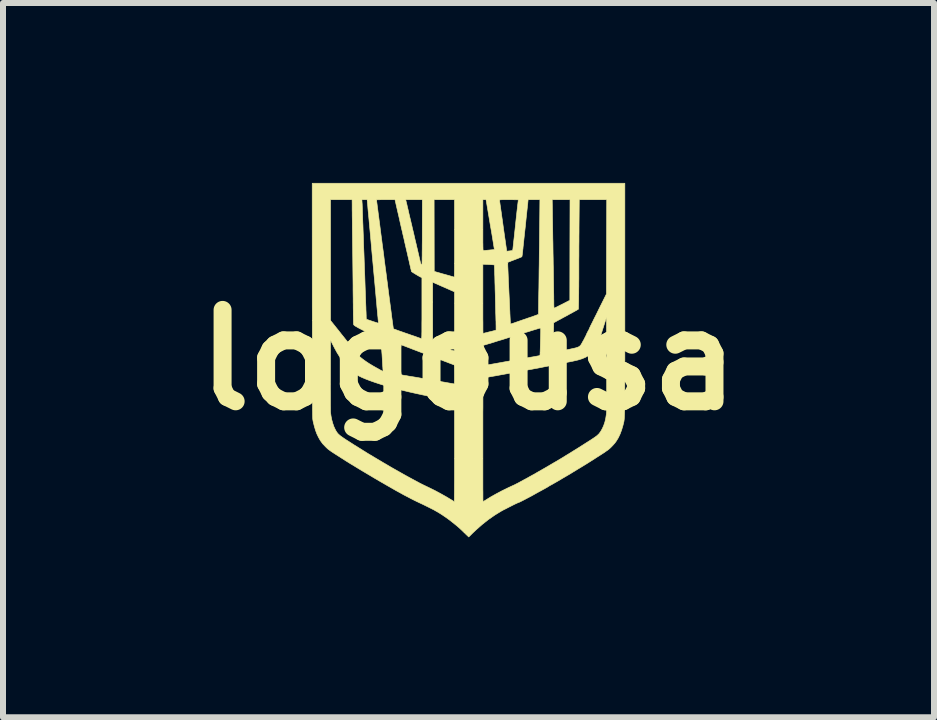
<source format=kicad_pcb>
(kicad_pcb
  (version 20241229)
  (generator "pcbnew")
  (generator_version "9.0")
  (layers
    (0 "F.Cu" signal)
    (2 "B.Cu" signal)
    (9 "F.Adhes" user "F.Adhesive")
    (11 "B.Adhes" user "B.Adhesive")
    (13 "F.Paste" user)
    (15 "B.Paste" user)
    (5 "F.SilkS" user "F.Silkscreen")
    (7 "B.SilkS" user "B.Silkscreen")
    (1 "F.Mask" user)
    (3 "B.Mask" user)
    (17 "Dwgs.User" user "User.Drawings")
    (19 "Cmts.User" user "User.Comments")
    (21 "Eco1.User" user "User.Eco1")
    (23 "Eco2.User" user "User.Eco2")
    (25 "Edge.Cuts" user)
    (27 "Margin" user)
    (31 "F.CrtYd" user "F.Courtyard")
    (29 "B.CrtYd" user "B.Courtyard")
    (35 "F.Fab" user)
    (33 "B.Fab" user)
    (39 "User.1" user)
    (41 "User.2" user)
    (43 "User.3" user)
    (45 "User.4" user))
  (footprint "logousa"
    (layer "F.Cu")
    (at 4.761 2.951)
    (property "Reference" "logousa" (at 0 0 0) (layer "F.SilkS") (effects (font (size 1.524 1.524) (thickness 0.3))))
    (attr through_hole)
    (fp_poly (pts (xy 2.606 -1.016) (xy 2.606 -0.847) (xy 2.606 -0.688) (xy 2.606 -0.539) (xy 2.606 -0.399) (xy 2.606 -0.268) (xy 2.606 -0.145) (xy 2.606 -0.031) (xy 2.606 0.076) (xy 2.606 0.175) (xy 2.606 0.266) (xy 2.606 0.35) (xy 2.605 0.428) (xy 2.605 0.499) (xy 2.605 0.564) (xy 2.605 0.623) (xy 2.604 0.677) (xy 2.604 0.726) (xy 2.603 0.77) (xy 2.603 0.809) (xy 2.602 0.844) (xy 2.601 0.875) (xy 2.6 0.902) (xy 2.599 0.926) (xy 2.598 0.947) (xy 2.597 0.966) (xy 2.596 0.982) (xy 2.595 0.996) (xy 2.593 1.008) (xy 2.592 1.019) (xy 2.59 1.029) (xy 2.588 1.038) (xy 2.586 1.046) (xy 2.584 1.054) (xy 2.582 1.063) (xy 2.58 1.071) (xy 2.577 1.081) (xy 2.576 1.087) (xy 2.553 1.165) (xy 2.527 1.235) (xy 2.497 1.298) (xy 2.464 1.352) (xy 2.441 1.384) (xy 2.413 1.416) (xy 2.383 1.448) (xy 2.353 1.477) (xy 2.325 1.5) (xy 2.315 1.507) (xy 2.298 1.518) (xy 2.285 1.528) (xy 2.277 1.533) (xy 2.276 1.534) (xy 2.271 1.538) (xy 2.259 1.546) (xy 2.24 1.558) (xy 2.217 1.573) (xy 2.189 1.591) (xy 2.159 1.61) (xy 2.127 1.63) (xy 2.097 1.65) (xy 2.069 1.668) (xy 2.046 1.682) (xy 2.028 1.694) (xy 2.019 1.699) (xy 2.007 1.707) (xy 1.988 1.719) (xy 1.964 1.734) (xy 1.936 1.751) (xy 1.907 1.769) (xy 1.9 1.773) (xy 1.871 1.791) (xy 1.844 1.807) (xy 1.82 1.821) (xy 1.802 1.833) (xy 1.79 1.84) (xy 1.788 1.841) (xy 1.771 1.852) (xy 1.747 1.866) (xy 1.718 1.884) (xy 1.684 1.905) (xy 1.646 1.927) (xy 1.607 1.95) (xy 1.567 1.973) (xy 1.528 1.997) (xy 1.49 2.019) (xy 1.455 2.039) (xy 1.425 2.056) (xy 1.401 2.07) (xy 1.383 2.08) (xy 1.377 2.083) (xy 1.36 2.092) (xy 1.347 2.1) (xy 1.339 2.104) (xy 1.339 2.105) (xy 1.329 2.111) (xy 1.312 2.122) (xy 1.29 2.134) (xy 1.266 2.148) (xy 1.241 2.161) (xy 1.229 2.168) (xy 1.207 2.18) (xy 1.179 2.195) (xy 1.15 2.211) (xy 1.13 2.222) (xy 1.091 2.244) (xy 1.052 2.266) (xy 1.012 2.287) (xy 0.974 2.307) (xy 0.938 2.326) (xy 0.905 2.343) (xy 0.877 2.357) (xy 0.855 2.368) (xy 0.839 2.375) (xy 0.83 2.377) (xy 0.83 2.377) (xy 0.824 2.38) (xy 0.811 2.386) (xy 0.791 2.395) (xy 0.766 2.407) (xy 0.738 2.421) (xy 0.707 2.437) (xy 0.675 2.453) (xy 0.644 2.469) (xy 0.615 2.484) (xy 0.588 2.497) (xy 0.566 2.509) (xy 0.55 2.518) (xy 0.549 2.518) (xy 0.44 2.585) (xy 0.332 2.66) (xy 0.226 2.744) (xy 0.123 2.835) (xy 0.069 2.886) (xy 0.048 2.907) (xy 0.03 2.925) (xy 0.016 2.939) (xy 0.006 2.948) (xy 0.003 2.951) (xy -0.001 2.948) (xy -0.01 2.938) (xy -0.025 2.924) (xy -0.044 2.906) (xy -0.065 2.885) (xy -0.069 2.881) (xy -0.078 2.873) (xy 0.056 2.873) (xy 0.058 2.875) (xy 0.061 2.873) (xy 0.058 2.87) (xy 0.056 2.873) (xy -0.078 2.873) (xy -0.118 2.834) (xy -0.165 2.791) (xy -0.214 2.75) (xy -0.265 2.709) (xy -0.32 2.666) (xy -0.382 2.621) (xy -0.399 2.61) (xy -0.438 2.583) (xy -0.479 2.557) (xy -0.524 2.53) (xy -0.556 2.512) (xy 0.538 2.512) (xy 0.541 2.515) (xy 0.544 2.512) (xy 0.541 2.51) (xy 0.538 2.512) (xy -0.556 2.512) (xy -0.573 2.502) (xy -0.628 2.474) (xy -0.69 2.443) (xy -0.759 2.409) (xy -0.817 2.382) (xy -0.865 2.359) (xy -0.914 2.335) (xy -0.965 2.309) (xy -1.018 2.281) (xy -1.076 2.251) (xy -1.137 2.217) (xy -1.205 2.18) (xy -1.278 2.138) (xy -1.357 2.093) (xy -1.445 2.042) (xy -1.473 2.026) (xy -1.515 2.001) (xy -1.562 1.974) (xy -1.612 1.944) (xy -1.664 1.913) (xy -1.718 1.881) (xy -1.772 1.849) (xy -1.825 1.817) (xy -1.876 1.786) (xy -1.923 1.757) (xy -1.967 1.731) (xy -2.005 1.707) (xy -2.036 1.688) (xy -2.06 1.673) (xy -2.061 1.672) (xy -2.079 1.66) (xy -2.103 1.645) (xy -2.13 1.628) (xy -2.156 1.611) (xy -2.161 1.608) (xy -2.205 1.58) (xy -2.241 1.557) (xy -2.27 1.538) (xy -2.294 1.522) (xy -2.313 1.508) (xy -2.33 1.496) (xy -2.344 1.485) (xy -2.357 1.473) (xy -2.37 1.461) (xy -2.383 1.448) (xy -2.401 1.429) (xy -2.417 1.412) (xy -2.429 1.4) (xy -2.436 1.392) (xy -2.436 1.391) (xy -2.472 1.341) (xy -2.502 1.288) (xy -2.529 1.232) (xy -2.552 1.17) (xy -2.572 1.101) (xy -2.591 1.024) (xy -2.594 1.006) (xy -2.595 1.002) (xy -2.596 0.997) (xy -2.596 0.991) (xy -2.597 0.983) (xy -2.598 0.973) (xy -2.598 0.962) (xy -2.599 0.948) (xy -2.599 0.932) (xy -2.6 0.912) (xy -2.6 0.889) (xy -2.6 0.863) (xy -2.601 0.833) (xy -2.601 0.798) (xy -2.601 0.759) (xy -2.602 0.715) (xy -2.602 0.667) (xy -2.602 0.612) (xy -2.603 0.552) (xy -2.603 0.486) (xy -2.603 0.473) (xy -2.303 0.473) (xy -2.302 0.542) (xy -2.302 0.605) (xy -2.302 0.664) (xy -2.302 0.718) (xy -2.302 0.765) (xy -2.301 0.804) (xy -2.301 0.836) (xy -2.301 0.86) (xy -2.3 0.874) (xy -2.3 0.876) (xy -2.292 0.936) (xy -2.28 0.997) (xy -2.264 1.055) (xy -2.245 1.11) (xy -2.222 1.159) (xy -2.206 1.188) (xy -2.192 1.209) (xy -2.177 1.228) (xy -2.158 1.246) (xy -2.136 1.265) (xy -2.108 1.285) (xy -2.074 1.309) (xy -2.06 1.318) (xy -2.039 1.332) (xy -2.012 1.349) (xy -1.981 1.369) (xy -1.945 1.392) (xy -1.908 1.416) (xy -1.868 1.44) (xy -1.829 1.465) (xy -1.79 1.489) (xy -1.754 1.512) (xy -1.721 1.532) (xy -1.693 1.55) (xy -1.67 1.564) (xy -1.653 1.574) (xy -1.648 1.577) (xy -1.633 1.586) (xy -1.618 1.594) (xy -1.583 1.616) (xy -1.544 1.639) (xy -1.502 1.664) (xy -1.458 1.69) (xy -1.415 1.716) (xy -1.373 1.74) (xy -1.334 1.763) (xy -1.299 1.784) (xy -1.271 1.8) (xy -1.25 1.812) (xy -1.239 1.818) (xy -1.222 1.828) (xy -1.2 1.84) (xy -1.174 1.855) (xy -1.156 1.865) (xy -1.112 1.89) (xy -1.066 1.916) (xy -1.019 1.942) (xy -0.973 1.967) (xy -0.927 1.992) (xy -0.884 2.015) (xy -0.845 2.036) (xy -0.81 2.055) (xy -0.782 2.069) (xy -0.76 2.08) (xy -0.754 2.083) (xy -0.652 2.132) (xy -0.559 2.178) (xy -0.473 2.224) (xy -0.393 2.269) (xy -0.356 2.29) (xy -0.33 2.306) (xy -0.307 2.32) (xy -0.287 2.332) (xy -0.273 2.34) (xy -0.267 2.344) (xy -0.255 2.351) (xy -0.247 2.357) (xy -0.247 2.358) (xy -0.239 2.362) (xy -0.238 2.362) (xy -0.237 2.357) (xy -0.237 2.343) (xy -0.236 2.319) (xy -0.236 2.287) (xy -0.236 2.246) (xy -0.235 2.198) (xy -0.235 2.144) (xy -0.235 2.082) (xy -0.234 2.015) (xy -0.234 1.942) (xy -0.234 1.865) (xy -0.234 1.783) (xy -0.234 1.698) (xy -0.234 1.609) (xy -0.234 1.56) (xy 0.239 1.56) (xy 0.239 1.646) (xy 0.239 1.729) (xy 0.239 1.81) (xy 0.239 1.888) (xy 0.239 1.962) (xy 0.239 2.032) (xy 0.239 2.096) (xy 0.239 2.155) (xy 0.24 2.208) (xy 0.24 2.254) (xy 0.24 2.292) (xy 0.24 2.323) (xy 0.241 2.345) (xy 0.241 2.359) (xy 0.241 2.362) (xy 0.246 2.36) (xy 0.258 2.353) (xy 0.274 2.343) (xy 0.281 2.339) (xy 0.366 2.286) (xy 0.46 2.233) (xy 0.56 2.18) (xy 0.666 2.128) (xy 0.737 2.095) (xy 0.764 2.083) (xy 0.795 2.067) (xy 0.825 2.052) (xy 0.836 2.046) (xy 0.863 2.031) (xy 0.892 2.016) (xy 0.918 2.001) (xy 0.93 1.995) (xy 0.954 1.982) (xy 0.98 1.968) (xy 1.003 1.955) (xy 1.008 1.952) (xy 1.029 1.94) (xy 1.055 1.926) (xy 1.08 1.912) (xy 1.09 1.907) (xy 1.113 1.894) (xy 1.136 1.88) (xy 1.155 1.869) (xy 1.162 1.865) (xy 1.177 1.857) (xy 1.187 1.851) (xy 1.191 1.849) (xy 1.195 1.847) (xy 1.207 1.84) (xy 1.225 1.829) (xy 1.248 1.816) (xy 1.274 1.801) (xy 1.276 1.8) (xy 1.307 1.782) (xy 1.341 1.762) (xy 1.373 1.743) (xy 1.402 1.726) (xy 1.417 1.717) (xy 1.466 1.689) (xy 1.518 1.658) (xy 1.573 1.625) (xy 1.629 1.59) (xy 1.687 1.555) (xy 1.744 1.519) (xy 1.801 1.484) (xy 1.857 1.449) (xy 1.91 1.415) (xy 1.96 1.383) (xy 2.006 1.354) (xy 2.048 1.327) (xy 2.084 1.303) (xy 2.113 1.283) (xy 2.135 1.267) (xy 2.146 1.258) (xy 2.177 1.228) (xy 2.205 1.189) (xy 2.231 1.143) (xy 2.254 1.091) (xy 2.273 1.035) (xy 2.287 0.975) (xy 2.296 0.917) (xy 2.297 0.908) (xy 2.298 0.899) (xy 2.299 0.89) (xy 2.3 0.88) (xy 2.3 0.868) (xy 2.301 0.855) (xy 2.301 0.84) (xy 2.302 0.821) (xy 2.302 0.8) (xy 2.303 0.774) (xy 2.303 0.744) (xy 2.303 0.71) (xy 2.303 0.67) (xy 2.303 0.624) (xy 2.303 0.572) (xy 2.303 0.512) (xy 2.303 0.446) (xy 2.303 0.372) (xy 2.303 0.289) (xy 2.302 0.198) (xy 2.302 0.097) (xy 2.302 0.03) (xy 2.3 -0.709) (xy 2.288 -0.673) (xy 2.284 -0.66) (xy 2.277 -0.638) (xy 2.268 -0.61) (xy 2.257 -0.576) (xy 2.245 -0.538) (xy 2.232 -0.498) (xy 2.223 -0.468) (xy 2.205 -0.412) (xy 2.189 -0.364) (xy 2.174 -0.323) (xy 2.161 -0.288) (xy 2.148 -0.258) (xy 2.134 -0.231) (xy 2.121 -0.205) (xy 2.106 -0.18) (xy 2.098 -0.169) (xy 2.069 -0.131) (xy 2.035 -0.097) (xy 1.993 -0.068) (xy 1.945 -0.042) (xy 1.889 -0.019) (xy 1.824 0.001) (xy 1.75 0.018) (xy 1.738 0.021) (xy 1.717 0.025) (xy 1.687 0.031) (xy 1.65 0.038) (xy 1.607 0.047) (xy 1.56 0.056) (xy 1.51 0.066) (xy 1.457 0.076) (xy 1.405 0.087) (xy 1.405 0.087) (xy 1.356 0.096) (xy 1.312 0.105) (xy 1.27 0.113) (xy 1.23 0.121) (xy 1.19 0.129) (xy 1.15 0.137) (xy 1.108 0.144) (xy 1.064 0.153) (xy 1.017 0.161) (xy 0.966 0.171) (xy 0.909 0.181) (xy 0.846 0.192) (xy 0.776 0.205) (xy 0.697 0.219) (xy 0.632 0.231) (xy 0.583 0.24) (xy 0.533 0.249) (xy 0.485 0.258) (xy 0.44 0.266) (xy 0.399 0.273) (xy 0.364 0.279) (xy 0.338 0.284) (xy 0.333 0.285) (xy 0.304 0.29) (xy 0.279 0.295) (xy 0.26 0.299) (xy 0.247 0.302) (xy 0.243 0.303) (xy 0.242 0.308) (xy 0.242 0.323) (xy 0.242 0.347) (xy 0.241 0.379) (xy 0.241 0.419) (xy 0.241 0.466) (xy 0.24 0.52) (xy 0.24 0.58) (xy 0.24 0.645) (xy 0.24 0.715) (xy 0.24 0.79) (xy 0.239 0.868) (xy 0.239 0.95) (xy 0.239 1.034) (xy 0.239 1.12) (xy 0.239 1.208) (xy 0.239 1.296) (xy 0.239 1.384) (xy 0.239 1.473) (xy 0.239 1.56) (xy -0.234 1.56) (xy -0.234 1.524) (xy -0.234 0.686) (xy -0.245 0.683) (xy -0.253 0.682) (xy -0.27 0.679) (xy -0.293 0.674) (xy -0.322 0.669) (xy -0.355 0.663) (xy -0.384 0.658) (xy -0.509 0.634) (xy -0.634 0.61) (xy -0.758 0.584) (xy -0.878 0.558) (xy -0.993 0.532) (xy -1.101 0.506) (xy -1.166 0.49) (xy -1.275 0.462) (xy -1.377 0.433) (xy -1.473 0.403) (xy -1.562 0.374) (xy -1.644 0.345) (xy -1.717 0.317) (xy -1.783 0.289) (xy -1.839 0.261) (xy -1.886 0.235) (xy -1.901 0.225) (xy -1.948 0.189) (xy -1.996 0.144) (xy -2.045 0.09) (xy -2.093 0.028) (xy -2.141 -0.041) (xy -2.189 -0.117) (xy -2.234 -0.199) (xy -2.266 -0.261) (xy -2.301 -0.331) (xy -2.302 0.25) (xy -2.302 0.327) (xy -2.303 0.401) (xy -2.303 0.473) (xy -2.603 0.473) (xy -2.603 0.414) (xy -2.603 0.335) (xy -2.603 0.249) (xy -2.603 0.156) (xy -2.604 0.055) (xy -2.604 -0.054) (xy -2.604 -0.17) (xy -2.604 -0.295) (xy -2.604 -0.429) (xy -2.604 -0.572) (xy -2.604 -0.725) (xy -2.605 -0.887) (xy -2.605 -0.992) (xy -2.606 -2.672) (xy -2.301 -2.672) (xy -2.301 -0.658) (xy -2.289 -0.643) (xy -2.275 -0.626) (xy -2.258 -0.605) (xy -2.239 -0.581) (xy -2.219 -0.556) (xy -2.2 -0.532) (xy -2.183 -0.511) (xy -2.17 -0.495) (xy -2.164 -0.488) (xy -2.157 -0.478) (xy -2.144 -0.462) (xy -2.127 -0.44) (xy -2.106 -0.414) (xy -2.081 -0.383) (xy -2.055 -0.35) (xy -2.027 -0.315) (xy -2.024 -0.312) (xy -1.995 -0.275) (xy -1.967 -0.239) (xy -1.939 -0.205) (xy -1.915 -0.174) (xy -1.893 -0.147) (xy -1.876 -0.126) (xy -1.865 -0.111) (xy -1.841 -0.083) (xy -1.814 -0.055) (xy -1.782 -0.028) (xy -1.744 0.001) (xy -1.7 0.032) (xy -1.651 0.064) (xy -1.629 0.077) (xy -1.603 0.093) (xy -1.575 0.109) (xy -1.545 0.126) (xy -1.516 0.142) (xy -1.489 0.157) (xy -1.466 0.17) (xy -1.446 0.18) (xy -1.434 0.186) (xy -1.429 0.187) (xy -1.425 0.184) (xy -1.425 0.174) (xy -1.426 0.163) (xy -1.428 0.145) (xy -1.429 0.122) (xy -1.43 0.112) (xy -1.433 0.062) (xy -1.436 0.011) (xy -1.439 -0.04) (xy -1.442 -0.09) (xy -1.446 -0.138) (xy -1.449 -0.183) (xy -1.452 -0.225) (xy -1.455 -0.261) (xy -1.455 -0.266) (xy -1.189 -0.266) (xy -1.188 -0.258) (xy -1.186 -0.242) (xy -1.183 -0.218) (xy -1.18 -0.187) (xy -1.175 -0.152) (xy -1.17 -0.114) (xy -1.168 -0.095) (xy -1.162 -0.051) (xy -1.156 -0.004) (xy -1.15 0.041) (xy -1.145 0.084) (xy -1.14 0.121) (xy -1.136 0.151) (xy -1.136 0.154) (xy -1.132 0.183) (xy -1.128 0.208) (xy -1.125 0.229) (xy -1.123 0.242) (xy -1.122 0.246) (xy -1.116 0.248) (xy -1.103 0.251) (xy -1.083 0.255) (xy -1.06 0.259) (xy -1.059 0.259) (xy -1.036 0.262) (xy -1.005 0.268) (xy -0.965 0.275) (xy -0.918 0.282) (xy -0.865 0.291) (xy -0.807 0.301) (xy -0.746 0.312) (xy -0.68 0.323) (xy -0.613 0.335) (xy -0.545 0.346) (xy -0.476 0.358) (xy -0.43 0.366) (xy -0.388 0.373) (xy -0.35 0.38) (xy -0.316 0.386) (xy -0.288 0.391) (xy -0.266 0.395) (xy -0.252 0.397) (xy -0.246 0.398) (xy -0.238 0.397) (xy -0.237 0.397) (xy -0.236 0.391) (xy -0.236 0.376) (xy -0.235 0.354) (xy -0.235 0.325) (xy -0.235 0.292) (xy -0.235 0.254) (xy -0.235 0.239) (xy -0.236 0.084) (xy -0.333 0.047) (xy -0.364 0.035) (xy -0.402 0.021) (xy -0.445 0.004) (xy -0.49 -0.013) (xy -0.535 -0.03) (xy -0.577 -0.045) (xy -0.62 -0.062) (xy -0.668 -0.08) (xy -0.718 -0.099) (xy -0.769 -0.118) (xy -0.822 -0.138) (xy -0.874 -0.158) (xy -0.925 -0.177) (xy -0.973 -0.196) (xy -1.018 -0.213) (xy -1.059 -0.229) (xy -1.095 -0.242) (xy -1.125 -0.254) (xy -1.147 -0.262) (xy -1.161 -0.268) (xy -1.165 -0.269) (xy -1.189 -0.279) (xy -1.189 -0.266) (xy -1.455 -0.266) (xy -1.457 -0.291) (xy -1.459 -0.314) (xy -1.461 -0.33) (xy -1.462 -0.336) (xy -1.462 -0.336) (xy -1.468 -0.339) (xy -1.48 -0.347) (xy -1.498 -0.356) (xy -1.516 -0.366) (xy -1.541 -0.379) (xy -1.571 -0.395) (xy -1.602 -0.411) (xy -1.631 -0.427) (xy -1.633 -0.428) (xy -1.664 -0.445) (xy -1.699 -0.463) (xy -1.734 -0.481) (xy -1.763 -0.497) (xy -1.804 -0.518) (xy -1.838 -0.536) (xy -1.864 -0.551) (xy -1.883 -0.562) (xy -1.898 -0.571) (xy -1.907 -0.579) (xy -1.913 -0.586) (xy -1.916 -0.592) (xy -1.917 -0.596) (xy -1.918 -0.604) (xy -1.918 -0.621) (xy -1.919 -0.646) (xy -1.919 -0.679) (xy -1.92 -0.719) (xy -1.921 -0.764) (xy -1.921 -0.815) (xy -1.922 -0.87) (xy -1.922 -0.928) (xy -1.923 -0.97) (xy -1.923 -1.026) (xy -1.924 -1.091) (xy -1.925 -1.163) (xy -1.925 -1.242) (xy -1.926 -1.325) (xy -1.927 -1.413) (xy -1.928 -1.503) (xy -1.929 -1.594) (xy -1.93 -1.686) (xy -1.931 -1.776) (xy -1.932 -1.864) (xy -1.933 -1.915) (xy -1.934 -1.993) (xy -1.935 -2.07) (xy -1.936 -2.145) (xy -1.937 -2.216) (xy -1.937 -2.283) (xy -1.938 -2.346) (xy -1.939 -2.403) (xy -1.939 -2.455) (xy -1.94 -2.499) (xy -1.94 -2.536) (xy -1.94 -2.564) (xy -1.94 -2.583) (xy -1.94 -2.587) (xy -1.941 -2.672) (xy -1.778 -2.672) (xy -1.776 -2.64) (xy -1.775 -2.624) (xy -1.773 -2.601) (xy -1.772 -2.572) (xy -1.771 -2.541) (xy -1.77 -2.522) (xy -1.77 -2.507) (xy -1.769 -2.482) (xy -1.768 -2.448) (xy -1.766 -2.406) (xy -1.765 -2.357) (xy -1.763 -2.3) (xy -1.76 -2.238) (xy -1.758 -2.169) (xy -1.755 -2.096) (xy -1.752 -2.018) (xy -1.75 -1.936) (xy -1.747 -1.852) (xy -1.743 -1.765) (xy -1.74 -1.676) (xy -1.737 -1.586) (xy -1.734 -1.496) (xy -1.73 -1.406) (xy -1.727 -1.316) (xy -1.724 -1.228) (xy -1.721 -1.143) (xy -1.718 -1.059) (xy -1.715 -0.98) (xy -1.715 -0.97) (xy -1.713 -0.923) (xy -1.711 -0.878) (xy -1.71 -0.835) (xy -1.708 -0.797) (xy -1.707 -0.765) (xy -1.706 -0.74) (xy -1.706 -0.723) (xy -1.706 -0.719) (xy -1.704 -0.679) (xy -1.61 -0.647) (xy -1.581 -0.637) (xy -1.554 -0.629) (xy -1.532 -0.622) (xy -1.517 -0.617) (xy -1.509 -0.615) (xy -1.508 -0.615) (xy -1.504 -0.616) (xy -1.502 -0.621) (xy -1.503 -0.633) (xy -1.504 -0.649) (xy -1.506 -0.66) (xy -1.508 -0.681) (xy -1.51 -0.71) (xy -1.514 -0.745) (xy -1.518 -0.786) (xy -1.522 -0.833) (xy -1.527 -0.883) (xy -1.531 -0.935) (xy -1.534 -0.965) (xy -1.54 -1.029) (xy -1.546 -1.098) (xy -1.553 -1.172) (xy -1.56 -1.252) (xy -1.568 -1.339) (xy -1.577 -1.433) (xy -1.586 -1.533) (xy -1.596 -1.642) (xy -1.607 -1.758) (xy -1.618 -1.883) (xy -1.63 -2.017) (xy -1.643 -2.16) (xy -1.657 -2.312) (xy -1.658 -2.324) (xy -1.663 -2.379) (xy -1.668 -2.432) (xy -1.673 -2.481) (xy -1.677 -2.526) (xy -1.68 -2.566) (xy -1.683 -2.599) (xy -1.686 -2.625) (xy -1.687 -2.642) (xy -1.688 -2.65) (xy -1.689 -2.669) (xy -1.534 -2.669) (xy -1.534 -2.664) (xy -1.532 -2.649) (xy -1.529 -2.627) (xy -1.525 -2.598) (xy -1.521 -2.564) (xy -1.516 -2.526) (xy -1.511 -2.49) (xy -1.506 -2.449) (xy -1.499 -2.399) (xy -1.492 -2.343) (xy -1.484 -2.283) (xy -1.476 -2.22) (xy -1.468 -2.157) (xy -1.46 -2.095) (xy -1.453 -2.042) (xy -1.445 -1.982) (xy -1.437 -1.918) (xy -1.428 -1.853) (xy -1.419 -1.787) (xy -1.411 -1.724) (xy -1.404 -1.665) (xy -1.397 -1.612) (xy -1.392 -1.575) (xy -1.386 -1.527) (xy -1.378 -1.471) (xy -1.37 -1.41) (xy -1.362 -1.345) (xy -1.353 -1.28) (xy -1.345 -1.215) (xy -1.337 -1.154) (xy -1.334 -1.128) (xy -1.321 -1.033) (xy -1.31 -0.948) (xy -1.3 -0.872) (xy -1.291 -0.805) (xy -1.284 -0.746) (xy -1.277 -0.695) (xy -1.271 -0.652) (xy -1.266 -0.615) (xy -1.262 -0.585) (xy -1.259 -0.562) (xy -1.256 -0.544) (xy -1.255 -0.531) (xy -1.253 -0.523) (xy -1.252 -0.519) (xy -1.252 -0.519) (xy -1.247 -0.517) (xy -1.233 -0.512) (xy -1.21 -0.504) (xy -1.181 -0.493) (xy -1.144 -0.48) (xy -1.101 -0.465) (xy -1.053 -0.448) (xy -1 -0.43) (xy -0.944 -0.41) (xy -0.937 -0.408) (xy -0.907 -0.398) (xy -0.878 -0.388) (xy -0.852 -0.378) (xy -0.831 -0.371) (xy -0.823 -0.368) (xy -0.805 -0.362) (xy -0.791 -0.358) (xy -0.784 -0.356) (xy -0.783 -0.358) (xy -0.782 -0.364) (xy -0.781 -0.374) (xy -0.78 -0.39) (xy -0.779 -0.411) (xy -0.779 -0.438) (xy -0.778 -0.471) (xy -0.778 -0.512) (xy -0.778 -0.56) (xy -0.778 -0.617) (xy -0.777 -0.682) (xy -0.777 -0.755) (xy -0.777 -0.839) (xy -0.777 -0.863) (xy -0.777 -1.028) (xy -0.598 -1.028) (xy -0.598 -0.966) (xy -0.598 -0.9) (xy -0.598 -0.83) (xy -0.598 -0.779) (xy -0.597 -0.263) (xy -0.495 -0.231) (xy -0.458 -0.219) (xy -0.418 -0.206) (xy -0.379 -0.194) (xy -0.343 -0.182) (xy -0.318 -0.174) (xy -0.291 -0.165) (xy -0.268 -0.159) (xy -0.251 -0.154) (xy -0.24 -0.151) (xy -0.237 -0.151) (xy -0.237 -0.156) (xy -0.236 -0.171) (xy -0.236 -0.194) (xy -0.235 -0.226) (xy -0.235 -0.242) (xy 0.239 -0.242) (xy 0.239 0.097) (xy 0.253 0.094) (xy 0.263 0.093) (xy 0.28 0.089) (xy 0.304 0.085) (xy 0.33 0.08) (xy 0.338 0.079) (xy 0.395 0.069) (xy 0.458 0.058) (xy 0.525 0.046) (xy 0.595 0.033) (xy 0.665 0.021) (xy 0.734 0.008) (xy 0.802 -0.004) (xy 0.865 -0.015) (xy 0.922 -0.025) (xy 0.972 -0.034) (xy 0.998 -0.039) (xy 1.038 -0.046) (xy 1.075 -0.052) (xy 1.108 -0.058) (xy 1.135 -0.063) (xy 1.156 -0.067) (xy 1.169 -0.069) (xy 1.172 -0.07) (xy 1.186 -0.075) (xy 1.191 -0.083) (xy 1.192 -0.091) (xy 1.193 -0.108) (xy 1.194 -0.132) (xy 1.194 -0.138) (xy 1.412 -0.138) (xy 1.412 -0.127) (xy 1.412 -0.126) (xy 1.416 -0.124) (xy 1.424 -0.124) (xy 1.432 -0.126) (xy 1.448 -0.13) (xy 1.472 -0.135) (xy 1.5 -0.141) (xy 1.533 -0.147) (xy 1.557 -0.152) (xy 1.617 -0.165) (xy 1.667 -0.175) (xy 1.709 -0.184) (xy 1.744 -0.192) (xy 1.773 -0.198) (xy 1.795 -0.204) (xy 1.813 -0.21) (xy 1.827 -0.215) (xy 1.838 -0.22) (xy 1.847 -0.226) (xy 1.855 -0.232) (xy 1.862 -0.239) (xy 1.868 -0.245) (xy 1.874 -0.253) (xy 1.883 -0.268) (xy 1.895 -0.289) (xy 1.908 -0.313) (xy 1.923 -0.339) (xy 1.936 -0.365) (xy 1.949 -0.39) (xy 1.959 -0.41) (xy 1.966 -0.425) (xy 1.968 -0.432) (xy 1.971 -0.439) (xy 1.978 -0.452) (xy 1.986 -0.468) (xy 1.994 -0.484) (xy 2.002 -0.498) (xy 2.007 -0.506) (xy 2.008 -0.507) (xy 2.011 -0.512) (xy 2.01 -0.513) (xy 2.011 -0.517) (xy 2.016 -0.529) (xy 2.025 -0.548) (xy 2.036 -0.572) (xy 2.05 -0.599) (xy 2.057 -0.613) (xy 2.071 -0.641) (xy 2.088 -0.676) (xy 2.108 -0.716) (xy 2.131 -0.761) (xy 2.154 -0.808) (xy 2.177 -0.855) (xy 2.2 -0.902) (xy 2.203 -0.907) (xy 2.299 -1.1) (xy 2.301 -1.886) (xy 2.304 -2.672) (xy 2.075 -2.672) (xy 1.846 -2.672) (xy 1.842 -2.211) (xy 1.842 -2.135) (xy 1.841 -2.057) (xy 1.841 -1.976) (xy 1.84 -1.896) (xy 1.84 -1.817) (xy 1.84 -1.74) (xy 1.839 -1.668) (xy 1.839 -1.601) (xy 1.839 -1.541) (xy 1.839 -1.489) (xy 1.839 -1.475) (xy 1.839 -1.416) (xy 1.839 -1.353) (xy 1.838 -1.29) (xy 1.838 -1.227) (xy 1.837 -1.166) (xy 1.837 -1.111) (xy 1.836 -1.062) (xy 1.836 -1.024) (xy 1.832 -0.847) (xy 1.814 -0.836) (xy 1.801 -0.828) (xy 1.782 -0.818) (xy 1.762 -0.806) (xy 1.755 -0.803) (xy 1.734 -0.791) (xy 1.714 -0.78) (xy 1.698 -0.771) (xy 1.694 -0.77) (xy 1.68 -0.762) (xy 1.663 -0.752) (xy 1.641 -0.74) (xy 1.613 -0.725) (xy 1.579 -0.707) (xy 1.538 -0.684) (xy 1.511 -0.67) (xy 1.42 -0.62) (xy 1.417 -0.484) (xy 1.416 -0.452) (xy 1.415 -0.416) (xy 1.415 -0.377) (xy 1.414 -0.336) (xy 1.413 -0.295) (xy 1.413 -0.255) (xy 1.412 -0.218) (xy 1.412 -0.186) (xy 1.412 -0.159) (xy 1.412 -0.138) (xy 1.194 -0.138) (xy 1.195 -0.162) (xy 1.196 -0.196) (xy 1.197 -0.234) (xy 1.198 -0.275) (xy 1.199 -0.316) (xy 1.2 -0.357) (xy 1.201 -0.397) (xy 1.202 -0.434) (xy 1.203 -0.466) (xy 1.203 -0.494) (xy 1.203 -0.514) (xy 1.203 -0.527) (xy 1.203 -0.531) (xy 1.197 -0.532) (xy 1.184 -0.529) (xy 1.175 -0.527) (xy 1.153 -0.52) (xy 1.123 -0.511) (xy 1.087 -0.5) (xy 1.047 -0.488) (xy 1.004 -0.474) (xy 0.96 -0.461) (xy 0.917 -0.448) (xy 0.876 -0.436) (xy 0.841 -0.425) (xy 0.831 -0.422) (xy 0.793 -0.41) (xy 0.754 -0.398) (xy 0.714 -0.386) (xy 0.678 -0.375) (xy 0.653 -0.368) (xy 0.627 -0.36) (xy 0.593 -0.349) (xy 0.555 -0.337) (xy 0.513 -0.325) (xy 0.471 -0.312) (xy 0.437 -0.301) (xy 0.399 -0.289) (xy 0.364 -0.278) (xy 0.331 -0.269) (xy 0.303 -0.26) (xy 0.282 -0.254) (xy 0.269 -0.25) (xy 0.268 -0.25) (xy 0.239 -0.242) (xy -0.235 -0.242) (xy -0.235 -0.265) (xy -0.235 -0.311) (xy -0.234 -0.362) (xy -0.234 -0.419) (xy -0.234 -0.481) (xy -0.234 -0.546) (xy -0.234 -0.615) (xy -0.234 -0.644) (xy -0.234 -1.022) (xy 0.239 -1.022) (xy 0.239 -0.947) (xy 0.239 -0.874) (xy 0.239 -0.805) (xy 0.239 -0.74) (xy 0.239 -0.68) (xy 0.24 -0.625) (xy 0.24 -0.576) (xy 0.24 -0.534) (xy 0.24 -0.5) (xy 0.241 -0.473) (xy 0.241 -0.455) (xy 0.241 -0.447) (xy 0.242 -0.446) (xy 0.248 -0.445) (xy 0.26 -0.447) (xy 0.271 -0.449) (xy 0.285 -0.453) (xy 0.307 -0.458) (xy 0.333 -0.465) (xy 0.362 -0.472) (xy 0.376 -0.475) (xy 0.403 -0.482) (xy 0.426 -0.488) (xy 0.445 -0.493) (xy 0.456 -0.496) (xy 0.458 -0.497) (xy 0.459 -0.503) (xy 0.459 -0.517) (xy 0.459 -0.54) (xy 0.459 -0.568) (xy 0.458 -0.602) (xy 0.458 -0.639) (xy 0.457 -0.655) (xy 0.456 -0.69) (xy 0.455 -0.733) (xy 0.453 -0.784) (xy 0.452 -0.839) (xy 0.45 -0.899) (xy 0.449 -0.961) (xy 0.447 -1.024) (xy 0.446 -1.086) (xy 0.445 -1.12) (xy 0.443 -1.178) (xy 0.442 -1.235) (xy 0.44 -1.29) (xy 0.439 -1.342) (xy 0.438 -1.389) (xy 0.436 -1.43) (xy 0.435 -1.465) (xy 0.434 -1.492) (xy 0.434 -1.507) (xy 0.431 -1.584) (xy 0.405 -1.587) (xy 0.39 -1.588) (xy 0.367 -1.59) (xy 0.34 -1.591) (xy 0.312 -1.593) (xy 0.309 -1.593) (xy 0.239 -1.596) (xy 0.239 -1.022) (xy -0.234 -1.022) (xy -0.234 -1.136) (xy -0.296 -1.163) (xy -0.354 -1.189) (xy -0.404 -1.211) (xy -0.446 -1.229) (xy -0.48 -1.244) (xy -0.508 -1.257) (xy -0.531 -1.267) (xy -0.548 -1.274) (xy -0.561 -1.28) (xy -0.57 -1.284) (xy -0.573 -1.285) (xy -0.586 -1.291) (xy -0.595 -1.295) (xy -0.597 -1.295) (xy -0.597 -1.29) (xy -0.598 -1.276) (xy -0.598 -1.253) (xy -0.598 -1.221) (xy -0.598 -1.182) (xy -0.598 -1.137) (xy -0.598 -1.085) (xy -0.598 -1.028) (xy -0.777 -1.028) (xy -0.777 -1.37) (xy -0.806 -1.386) (xy -0.829 -1.398) (xy -0.853 -1.412) (xy -0.878 -1.427) (xy -0.901 -1.441) (xy -0.922 -1.454) (xy -0.938 -1.465) (xy -0.949 -1.472) (xy -0.952 -1.475) (xy -0.952 -1.481) (xy -0.955 -1.493) (xy -0.956 -1.495) (xy -0.958 -1.505) (xy -0.963 -1.523) (xy -0.968 -1.547) (xy -0.975 -1.576) (xy -0.982 -1.607) (xy -0.983 -1.61) (xy -0.991 -1.648) (xy -1.001 -1.691) (xy -1.012 -1.738) (xy -1.022 -1.783) (xy -1.031 -1.821) (xy -1.04 -1.859) (xy -1.048 -1.894) (xy -1.056 -1.928) (xy -1.064 -1.963) (xy -1.072 -2) (xy -1.081 -2.04) (xy -1.092 -2.085) (xy -1.103 -2.135) (xy -1.117 -2.193) (xy -1.13 -2.25) (xy -1.141 -2.298) (xy -1.152 -2.349) (xy -1.164 -2.402) (xy -1.176 -2.453) (xy -1.187 -2.5) (xy -1.196 -2.54) (xy -1.197 -2.544) (xy -1.226 -2.672) (xy -1.38 -2.672) (xy -1.419 -2.672) (xy -1.454 -2.672) (xy -1.484 -2.671) (xy -1.508 -2.671) (xy -1.525 -2.67) (xy -1.533 -2.67) (xy -1.534 -2.669) (xy -1.689 -2.669) (xy -1.689 -2.672) (xy -1.734 -2.672) (xy -1.778 -2.672) (xy -1.941 -2.672) (xy -2.301 -2.672) (xy -2.606 -2.672) (xy -2.606 -2.672) (xy -1.048 -2.672) (xy -1.044 -2.658) (xy -1.042 -2.649) (xy -1.038 -2.632) (xy -1.032 -2.609) (xy -1.025 -2.579) (xy -1.018 -2.546) (xy -1.01 -2.515) (xy -1 -2.471) (xy -0.989 -2.422) (xy -0.977 -2.372) (xy -0.965 -2.323) (xy -0.955 -2.28) (xy -0.952 -2.268) (xy -0.945 -2.239) (xy -0.937 -2.202) (xy -0.926 -2.157) (xy -0.914 -2.107) (xy -0.902 -2.054) (xy -0.889 -1.997) (xy -0.875 -1.94) (xy -0.862 -1.883) (xy -0.849 -1.828) (xy -0.837 -1.776) (xy -0.826 -1.729) (xy -0.817 -1.689) (xy -0.809 -1.657) (xy -0.807 -1.646) (xy -0.799 -1.618) (xy -0.792 -1.599) (xy -0.784 -1.588) (xy -0.776 -1.585) (xy -0.776 -1.59) (xy -0.775 -1.604) (xy -0.775 -1.628) (xy -0.774 -1.659) (xy -0.774 -1.698) (xy -0.773 -1.744) (xy -0.773 -1.796) (xy -0.772 -1.854) (xy -0.772 -1.917) (xy -0.771 -1.983) (xy -0.771 -2.054) (xy -0.771 -2.127) (xy -0.771 -2.129) (xy -0.77 -2.672) (xy -0.574 -2.672) (xy -0.573 -2.074) (xy -0.572 -1.477) (xy -0.533 -1.465) (xy -0.515 -1.46) (xy -0.49 -1.453) (xy -0.46 -1.444) (xy -0.429 -1.435) (xy -0.409 -1.43) (xy -0.377 -1.421) (xy -0.345 -1.412) (xy -0.316 -1.404) (xy -0.293 -1.397) (xy -0.282 -1.394) (xy -0.263 -1.389) (xy -0.248 -1.384) (xy -0.239 -1.382) (xy -0.237 -1.382) (xy -0.237 -1.387) (xy -0.237 -1.401) (xy -0.236 -1.425) (xy -0.236 -1.457) (xy -0.235 -1.496) (xy -0.235 -1.543) (xy -0.235 -1.596) (xy -0.235 -1.621) (xy 0.654 -1.621) (xy 0.654 -1.606) (xy 0.654 -1.583) (xy 0.655 -1.551) (xy 0.657 -1.513) (xy 0.659 -1.469) (xy 0.661 -1.42) (xy 0.663 -1.366) (xy 0.665 -1.309) (xy 0.668 -1.257) (xy 0.671 -1.193) (xy 0.674 -1.128) (xy 0.677 -1.064) (xy 0.68 -1.002) (xy 0.683 -0.944) (xy 0.685 -0.89) (xy 0.687 -0.842) (xy 0.689 -0.801) (xy 0.69 -0.769) (xy 0.691 -0.757) (xy 0.693 -0.712) (xy 0.695 -0.676) (xy 0.696 -0.648) (xy 0.698 -0.627) (xy 0.699 -0.613) (xy 0.701 -0.605) (xy 0.702 -0.6) (xy 0.703 -0.599) (xy 0.709 -0.601) (xy 0.722 -0.606) (xy 0.743 -0.612) (xy 0.769 -0.621) (xy 0.8 -0.632) (xy 0.829 -0.642) (xy 0.883 -0.661) (xy 0.927 -0.676) (xy 0.963 -0.688) (xy 0.99 -0.698) (xy 1.009 -0.704) (xy 1.021 -0.708) (xy 1.024 -0.709) (xy 1.03 -0.711) (xy 1.038 -0.714) (xy 1.052 -0.718) (xy 1.071 -0.725) (xy 1.098 -0.735) (xy 1.107 -0.738) (xy 1.166 -0.76) (xy 1.169 -0.978) (xy 1.17 -1.045) (xy 1.171 -1.12) (xy 1.173 -1.204) (xy 1.174 -1.294) (xy 1.175 -1.389) (xy 1.176 -1.488) (xy 1.178 -1.589) (xy 1.179 -1.692) (xy 1.18 -1.796) (xy 1.182 -1.898) (xy 1.183 -1.998) (xy 1.184 -2.094) (xy 1.185 -2.186) (xy 1.186 -2.272) (xy 1.187 -2.35) (xy 1.187 -2.356) (xy 1.19 -2.672) (xy 1.395 -2.672) (xy 1.399 -2.44) (xy 1.399 -2.403) (xy 1.4 -2.357) (xy 1.401 -2.303) (xy 1.402 -2.242) (xy 1.403 -2.175) (xy 1.404 -2.103) (xy 1.405 -2.026) (xy 1.407 -1.946) (xy 1.408 -1.863) (xy 1.409 -1.78) (xy 1.411 -1.696) (xy 1.412 -1.613) (xy 1.412 -1.603) (xy 1.414 -1.524) (xy 1.415 -1.447) (xy 1.416 -1.372) (xy 1.417 -1.301) (xy 1.418 -1.234) (xy 1.419 -1.171) (xy 1.42 -1.114) (xy 1.421 -1.064) (xy 1.421 -1.02) (xy 1.422 -0.984) (xy 1.422 -0.956) (xy 1.422 -0.937) (xy 1.422 -0.931) (xy 1.423 -0.901) (xy 1.424 -0.88) (xy 1.426 -0.867) (xy 1.428 -0.864) (xy 1.433 -0.866) (xy 1.447 -0.872) (xy 1.467 -0.882) (xy 1.493 -0.895) (xy 1.522 -0.91) (xy 1.555 -0.926) (xy 1.561 -0.929) (xy 1.689 -0.995) (xy 1.69 -1.834) (xy 1.692 -2.672) (xy 1.544 -2.672) (xy 1.395 -2.672) (xy 1.19 -2.672) (xy 1.092 -2.672) (xy 0.993 -2.672) (xy 0.992 -2.656) (xy 0.991 -2.648) (xy 0.989 -2.631) (xy 0.987 -2.605) (xy 0.983 -2.573) (xy 0.979 -2.533) (xy 0.974 -2.488) (xy 0.969 -2.439) (xy 0.963 -2.385) (xy 0.957 -2.328) (xy 0.955 -2.306) (xy 0.949 -2.245) (xy 0.942 -2.183) (xy 0.935 -2.122) (xy 0.929 -2.064) (xy 0.923 -2.009) (xy 0.918 -1.958) (xy 0.913 -1.914) (xy 0.909 -1.878) (xy 0.907 -1.85) (xy 0.906 -1.849) (xy 0.903 -1.815) (xy 0.899 -1.783) (xy 0.896 -1.757) (xy 0.893 -1.737) (xy 0.89 -1.724) (xy 0.889 -1.721) (xy 0.884 -1.718) (xy 0.87 -1.712) (xy 0.849 -1.703) (xy 0.823 -1.693) (xy 0.793 -1.681) (xy 0.772 -1.673) (xy 0.74 -1.661) (xy 0.711 -1.65) (xy 0.687 -1.64) (xy 0.668 -1.633) (xy 0.657 -1.628) (xy 0.654 -1.626) (xy 0.654 -1.621) (xy -0.235 -1.621) (xy -0.234 -1.655) (xy -0.234 -1.72) (xy -0.234 -1.789) (xy -0.234 -1.863) (xy -0.234 -1.939) (xy -0.234 -2.019) (xy -0.234 -2.027) (xy -0.234 -2.248) (xy 0.239 -2.248) (xy 0.239 -2.172) (xy 0.239 -2.106) (xy 0.239 -2.048) (xy 0.239 -1.999) (xy 0.239 -1.957) (xy 0.24 -1.923) (xy 0.24 -1.895) (xy 0.241 -1.872) (xy 0.241 -1.855) (xy 0.242 -1.842) (xy 0.243 -1.833) (xy 0.244 -1.828) (xy 0.245 -1.825) (xy 0.246 -1.824) (xy 0.247 -1.824) (xy 0.254 -1.824) (xy 0.27 -1.825) (xy 0.292 -1.827) (xy 0.319 -1.83) (xy 0.342 -1.832) (xy 0.371 -1.835) (xy 0.395 -1.837) (xy 0.415 -1.839) (xy 0.427 -1.841) (xy 0.431 -1.841) (xy 0.43 -1.846) (xy 0.428 -1.861) (xy 0.424 -1.884) (xy 0.419 -1.914) (xy 0.413 -1.952) (xy 0.406 -1.996) (xy 0.398 -2.046) (xy 0.389 -2.1) (xy 0.379 -2.159) (xy 0.368 -2.221) (xy 0.362 -2.257) (xy 0.294 -2.663) (xy 0.516 -2.663) (xy 0.516 -2.663) (xy 0.517 -2.657) (xy 0.519 -2.641) (xy 0.523 -2.617) (xy 0.527 -2.586) (xy 0.533 -2.548) (xy 0.539 -2.504) (xy 0.546 -2.456) (xy 0.553 -2.404) (xy 0.561 -2.349) (xy 0.562 -2.344) (xy 0.57 -2.285) (xy 0.578 -2.226) (xy 0.586 -2.168) (xy 0.594 -2.113) (xy 0.601 -2.061) (xy 0.608 -2.015) (xy 0.614 -1.975) (xy 0.618 -1.942) (xy 0.621 -1.924) (xy 0.637 -1.813) (xy 0.665 -1.816) (xy 0.686 -1.818) (xy 0.707 -1.821) (xy 0.715 -1.822) (xy 0.722 -1.822) (xy 0.727 -1.823) (xy 0.732 -1.825) (xy 0.735 -1.83) (xy 0.737 -1.839) (xy 0.74 -1.853) (xy 0.742 -1.874) (xy 0.745 -1.902) (xy 0.749 -1.938) (xy 0.752 -1.966) (xy 0.756 -2.002) (xy 0.761 -2.045) (xy 0.766 -2.095) (xy 0.772 -2.148) (xy 0.778 -2.204) (xy 0.784 -2.262) (xy 0.79 -2.319) (xy 0.796 -2.374) (xy 0.802 -2.427) (xy 0.807 -2.475) (xy 0.812 -2.517) (xy 0.816 -2.552) (xy 0.818 -2.572) (xy 0.822 -2.602) (xy 0.825 -2.628) (xy 0.828 -2.648) (xy 0.83 -2.662) (xy 0.831 -2.668) (xy 0.827 -2.669) (xy 0.814 -2.67) (xy 0.792 -2.671) (xy 0.764 -2.671) (xy 0.73 -2.672) (xy 0.691 -2.672) (xy 0.674 -2.672) (xy 0.629 -2.672) (xy 0.594 -2.672) (xy 0.567 -2.672) (xy 0.546 -2.671) (xy 0.532 -2.67) (xy 0.523 -2.669) (xy 0.518 -2.668) (xy 0.516 -2.666) (xy 0.516 -2.663) (xy 0.294 -2.663) (xy 0.292 -2.672) (xy 0.265 -2.672) (xy 0.239 -2.672) (xy 0.239 -2.248) (xy -0.234 -2.248) (xy -0.234 -2.672) (xy -0.574 -2.672) (xy -0.77 -2.672) (xy -0.77 -2.672) (xy -1.048 -2.672) (xy -2.606 -2.672) (xy -2.606 -2.946) (xy 2.606 -2.946) (xy 2.606 -1.016)) (stroke (width 0.01) (type solid)) (fill yes) (layer "F.SilkS")))
  (gr_rect
    (start -3 -3)
    (end 12.521 8.908)
    (stroke (width 0.1) (type default))
    (fill no)
    (layer "Edge.Cuts")))
</source>
